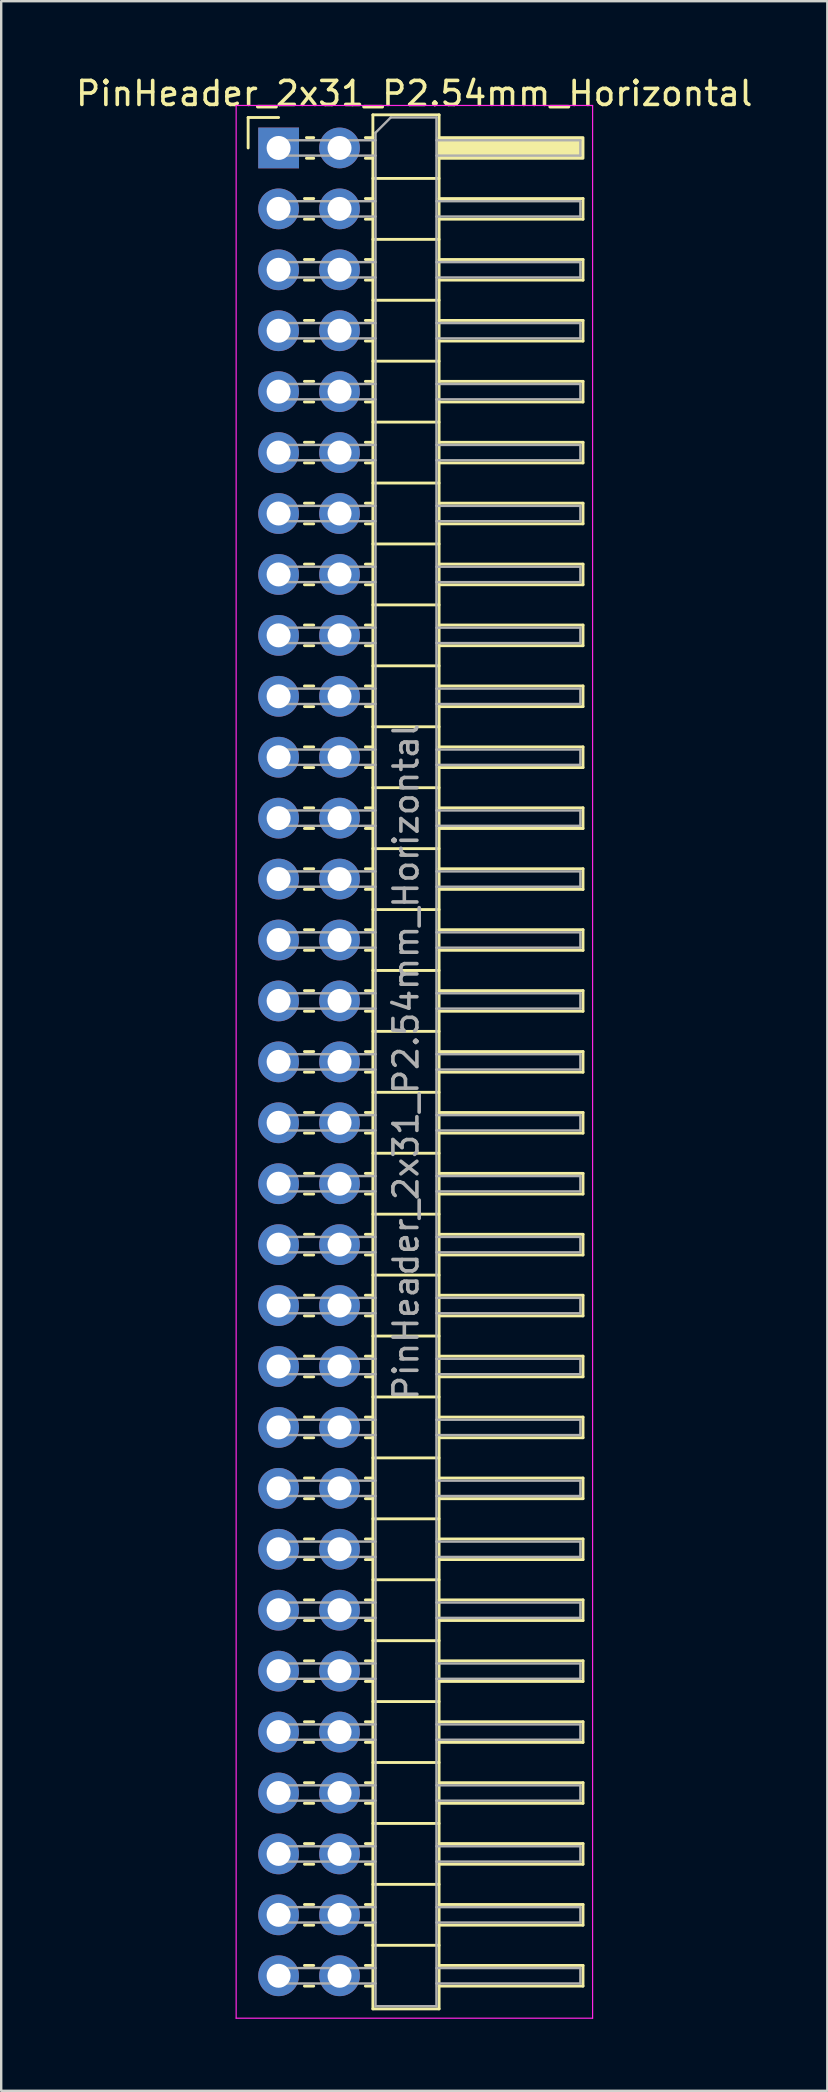
<source format=kicad_pcb>
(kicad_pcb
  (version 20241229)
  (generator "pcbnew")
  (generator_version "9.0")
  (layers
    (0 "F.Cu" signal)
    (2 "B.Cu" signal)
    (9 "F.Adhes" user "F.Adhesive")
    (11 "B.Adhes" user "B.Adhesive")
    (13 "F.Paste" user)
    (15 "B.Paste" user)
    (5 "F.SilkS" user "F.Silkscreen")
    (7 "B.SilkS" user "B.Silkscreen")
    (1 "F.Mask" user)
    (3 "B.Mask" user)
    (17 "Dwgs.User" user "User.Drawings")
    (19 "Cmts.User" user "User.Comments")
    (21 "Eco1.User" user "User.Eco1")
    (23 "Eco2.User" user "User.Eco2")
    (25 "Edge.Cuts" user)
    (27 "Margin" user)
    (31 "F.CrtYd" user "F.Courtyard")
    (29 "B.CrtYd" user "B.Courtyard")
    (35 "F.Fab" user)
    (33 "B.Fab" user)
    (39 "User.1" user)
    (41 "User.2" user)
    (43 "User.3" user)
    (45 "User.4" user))
  (footprint "PinHeader_2x31_P2.54mm_Horizontal"
    (layer "F.Cu")
    (at 8.565 3.118)
    (property "Reference" "PinHeader_2x31_P2.54mm_Horizontal" (at 5.655 -2.27 0) (layer "F.SilkS") (effects (font (size 1 1) (thickness 0.15))))
    (attr through_hole)
    (fp_line (start -1.27 -1.27) (end 0 -1.27) (stroke (width 0.12) (type solid)) (layer "F.SilkS"))
    (fp_line (start -1.27 0) (end -1.27 -1.27) (stroke (width 0.12) (type solid)) (layer "F.SilkS"))
    (fp_line (start 1.077 2.11) (end 1.463 2.11) (stroke (width 0.12) (type solid)) (layer "F.SilkS"))
    (fp_line (start 1.077 2.97) (end 1.463 2.97) (stroke (width 0.12) (type solid)) (layer "F.SilkS"))
    (fp_line (start 1.077 4.65) (end 1.463 4.65) (stroke (width 0.12) (type solid)) (layer "F.SilkS"))
    (fp_line (start 1.077 5.51) (end 1.463 5.51) (stroke (width 0.12) (type solid)) (layer "F.SilkS"))
    (fp_line (start 1.077 7.19) (end 1.463 7.19) (stroke (width 0.12) (type solid)) (layer "F.SilkS"))
    (fp_line (start 1.077 8.05) (end 1.463 8.05) (stroke (width 0.12) (type solid)) (layer "F.SilkS"))
    (fp_line (start 1.077 9.73) (end 1.463 9.73) (stroke (width 0.12) (type solid)) (layer "F.SilkS"))
    (fp_line (start 1.077 10.59) (end 1.463 10.59) (stroke (width 0.12) (type solid)) (layer "F.SilkS"))
    (fp_line (start 1.077 12.27) (end 1.463 12.27) (stroke (width 0.12) (type solid)) (layer "F.SilkS"))
    (fp_line (start 1.077 13.13) (end 1.463 13.13) (stroke (width 0.12) (type solid)) (layer "F.SilkS"))
    (fp_line (start 1.077 14.81) (end 1.463 14.81) (stroke (width 0.12) (type solid)) (layer "F.SilkS"))
    (fp_line (start 1.077 15.67) (end 1.463 15.67) (stroke (width 0.12) (type solid)) (layer "F.SilkS"))
    (fp_line (start 1.077 17.35) (end 1.463 17.35) (stroke (width 0.12) (type solid)) (layer "F.SilkS"))
    (fp_line (start 1.077 18.21) (end 1.463 18.21) (stroke (width 0.12) (type solid)) (layer "F.SilkS"))
    (fp_line (start 1.077 19.89) (end 1.463 19.89) (stroke (width 0.12) (type solid)) (layer "F.SilkS"))
    (fp_line (start 1.077 20.75) (end 1.463 20.75) (stroke (width 0.12) (type solid)) (layer "F.SilkS"))
    (fp_line (start 1.077 22.43) (end 1.463 22.43) (stroke (width 0.12) (type solid)) (layer "F.SilkS"))
    (fp_line (start 1.077 23.29) (end 1.463 23.29) (stroke (width 0.12) (type solid)) (layer "F.SilkS"))
    (fp_line (start 1.077 24.97) (end 1.463 24.97) (stroke (width 0.12) (type solid)) (layer "F.SilkS"))
    (fp_line (start 1.077 25.83) (end 1.463 25.83) (stroke (width 0.12) (type solid)) (layer "F.SilkS"))
    (fp_line (start 1.077 27.51) (end 1.463 27.51) (stroke (width 0.12) (type solid)) (layer "F.SilkS"))
    (fp_line (start 1.077 28.37) (end 1.463 28.37) (stroke (width 0.12) (type solid)) (layer "F.SilkS"))
    (fp_line (start 1.077 30.05) (end 1.463 30.05) (stroke (width 0.12) (type solid)) (layer "F.SilkS"))
    (fp_line (start 1.077 30.91) (end 1.463 30.91) (stroke (width 0.12) (type solid)) (layer "F.SilkS"))
    (fp_line (start 1.077 32.59) (end 1.463 32.59) (stroke (width 0.12) (type solid)) (layer "F.SilkS"))
    (fp_line (start 1.077 33.45) (end 1.463 33.45) (stroke (width 0.12) (type solid)) (layer "F.SilkS"))
    (fp_line (start 1.077 35.13) (end 1.463 35.13) (stroke (width 0.12) (type solid)) (layer "F.SilkS"))
    (fp_line (start 1.077 35.99) (end 1.463 35.99) (stroke (width 0.12) (type solid)) (layer "F.SilkS"))
    (fp_line (start 1.077 37.67) (end 1.463 37.67) (stroke (width 0.12) (type solid)) (layer "F.SilkS"))
    (fp_line (start 1.077 38.53) (end 1.463 38.53) (stroke (width 0.12) (type solid)) (layer "F.SilkS"))
    (fp_line (start 1.077 40.21) (end 1.463 40.21) (stroke (width 0.12) (type solid)) (layer "F.SilkS"))
    (fp_line (start 1.077 41.07) (end 1.463 41.07) (stroke (width 0.12) (type solid)) (layer "F.SilkS"))
    (fp_line (start 1.077 42.75) (end 1.463 42.75) (stroke (width 0.12) (type solid)) (layer "F.SilkS"))
    (fp_line (start 1.077 43.61) (end 1.463 43.61) (stroke (width 0.12) (type solid)) (layer "F.SilkS"))
    (fp_line (start 1.077 45.29) (end 1.463 45.29) (stroke (width 0.12) (type solid)) (layer "F.SilkS"))
    (fp_line (start 1.077 46.15) (end 1.463 46.15) (stroke (width 0.12) (type solid)) (layer "F.SilkS"))
    (fp_line (start 1.077 47.83) (end 1.463 47.83) (stroke (width 0.12) (type solid)) (layer "F.SilkS"))
    (fp_line (start 1.077 48.69) (end 1.463 48.69) (stroke (width 0.12) (type solid)) (layer "F.SilkS"))
    (fp_line (start 1.077 50.37) (end 1.463 50.37) (stroke (width 0.12) (type solid)) (layer "F.SilkS"))
    (fp_line (start 1.077 51.23) (end 1.463 51.23) (stroke (width 0.12) (type solid)) (layer "F.SilkS"))
    (fp_line (start 1.077 52.91) (end 1.463 52.91) (stroke (width 0.12) (type solid)) (layer "F.SilkS"))
    (fp_line (start 1.077 53.77) (end 1.463 53.77) (stroke (width 0.12) (type solid)) (layer "F.SilkS"))
    (fp_line (start 1.077 55.45) (end 1.463 55.45) (stroke (width 0.12) (type solid)) (layer "F.SilkS"))
    (fp_line (start 1.077 56.31) (end 1.463 56.31) (stroke (width 0.12) (type solid)) (layer "F.SilkS"))
    (fp_line (start 1.077 57.99) (end 1.463 57.99) (stroke (width 0.12) (type solid)) (layer "F.SilkS"))
    (fp_line (start 1.077 58.85) (end 1.463 58.85) (stroke (width 0.12) (type solid)) (layer "F.SilkS"))
    (fp_line (start 1.077 60.53) (end 1.463 60.53) (stroke (width 0.12) (type solid)) (layer "F.SilkS"))
    (fp_line (start 1.077 61.39) (end 1.463 61.39) (stroke (width 0.12) (type solid)) (layer "F.SilkS"))
    (fp_line (start 1.077 63.07) (end 1.463 63.07) (stroke (width 0.12) (type solid)) (layer "F.SilkS"))
    (fp_line (start 1.077 63.93) (end 1.463 63.93) (stroke (width 0.12) (type solid)) (layer "F.SilkS"))
    (fp_line (start 1.077 65.61) (end 1.463 65.61) (stroke (width 0.12) (type solid)) (layer "F.SilkS"))
    (fp_line (start 1.077 66.47) (end 1.463 66.47) (stroke (width 0.12) (type solid)) (layer "F.SilkS"))
    (fp_line (start 1.077 68.15) (end 1.463 68.15) (stroke (width 0.12) (type solid)) (layer "F.SilkS"))
    (fp_line (start 1.077 69.01) (end 1.463 69.01) (stroke (width 0.12) (type solid)) (layer "F.SilkS"))
    (fp_line (start 1.077 70.69) (end 1.463 70.69) (stroke (width 0.12) (type solid)) (layer "F.SilkS"))
    (fp_line (start 1.077 71.55) (end 1.463 71.55) (stroke (width 0.12) (type solid)) (layer "F.SilkS"))
    (fp_line (start 1.077 73.23) (end 1.463 73.23) (stroke (width 0.12) (type solid)) (layer "F.SilkS"))
    (fp_line (start 1.077 74.09) (end 1.463 74.09) (stroke (width 0.12) (type solid)) (layer "F.SilkS"))
    (fp_line (start 1.077 75.77) (end 1.463 75.77) (stroke (width 0.12) (type solid)) (layer "F.SilkS"))
    (fp_line (start 1.077 76.63) (end 1.463 76.63) (stroke (width 0.12) (type solid)) (layer "F.SilkS"))
    (fp_line (start 1.16 -0.43) (end 1.463 -0.43) (stroke (width 0.12) (type solid)) (layer "F.SilkS"))
    (fp_line (start 1.16 0.43) (end 1.463 0.43) (stroke (width 0.12) (type solid)) (layer "F.SilkS"))
    (fp_line (start 3.617 -0.43) (end 3.93 -0.43) (stroke (width 0.12) (type solid)) (layer "F.SilkS"))
    (fp_line (start 3.617 0.43) (end 3.93 0.43) (stroke (width 0.12) (type solid)) (layer "F.SilkS"))
    (fp_line (start 3.617 2.11) (end 3.93 2.11) (stroke (width 0.12) (type solid)) (layer "F.SilkS"))
    (fp_line (start 3.617 2.97) (end 3.93 2.97) (stroke (width 0.12) (type solid)) (layer "F.SilkS"))
    (fp_line (start 3.617 4.65) (end 3.93 4.65) (stroke (width 0.12) (type solid)) (layer "F.SilkS"))
    (fp_line (start 3.617 5.51) (end 3.93 5.51) (stroke (width 0.12) (type solid)) (layer "F.SilkS"))
    (fp_line (start 3.617 7.19) (end 3.93 7.19) (stroke (width 0.12) (type solid)) (layer "F.SilkS"))
    (fp_line (start 3.617 8.05) (end 3.93 8.05) (stroke (width 0.12) (type solid)) (layer "F.SilkS"))
    (fp_line (start 3.617 9.73) (end 3.93 9.73) (stroke (width 0.12) (type solid)) (layer "F.SilkS"))
    (fp_line (start 3.617 10.59) (end 3.93 10.59) (stroke (width 0.12) (type solid)) (layer "F.SilkS"))
    (fp_line (start 3.617 12.27) (end 3.93 12.27) (stroke (width 0.12) (type solid)) (layer "F.SilkS"))
    (fp_line (start 3.617 13.13) (end 3.93 13.13) (stroke (width 0.12) (type solid)) (layer "F.SilkS"))
    (fp_line (start 3.617 14.81) (end 3.93 14.81) (stroke (width 0.12) (type solid)) (layer "F.SilkS"))
    (fp_line (start 3.617 15.67) (end 3.93 15.67) (stroke (width 0.12) (type solid)) (layer "F.SilkS"))
    (fp_line (start 3.617 17.35) (end 3.93 17.35) (stroke (width 0.12) (type solid)) (layer "F.SilkS"))
    (fp_line (start 3.617 18.21) (end 3.93 18.21) (stroke (width 0.12) (type solid)) (layer "F.SilkS"))
    (fp_line (start 3.617 19.89) (end 3.93 19.89) (stroke (width 0.12) (type solid)) (layer "F.SilkS"))
    (fp_line (start 3.617 20.75) (end 3.93 20.75) (stroke (width 0.12) (type solid)) (layer "F.SilkS"))
    (fp_line (start 3.617 22.43) (end 3.93 22.43) (stroke (width 0.12) (type solid)) (layer "F.SilkS"))
    (fp_line (start 3.617 23.29) (end 3.93 23.29) (stroke (width 0.12) (type solid)) (layer "F.SilkS"))
    (fp_line (start 3.617 24.97) (end 3.93 24.97) (stroke (width 0.12) (type solid)) (layer "F.SilkS"))
    (fp_line (start 3.617 25.83) (end 3.93 25.83) (stroke (width 0.12) (type solid)) (layer "F.SilkS"))
    (fp_line (start 3.617 27.51) (end 3.93 27.51) (stroke (width 0.12) (type solid)) (layer "F.SilkS"))
    (fp_line (start 3.617 28.37) (end 3.93 28.37) (stroke (width 0.12) (type solid)) (layer "F.SilkS"))
    (fp_line (start 3.617 30.05) (end 3.93 30.05) (stroke (width 0.12) (type solid)) (layer "F.SilkS"))
    (fp_line (start 3.617 30.91) (end 3.93 30.91) (stroke (width 0.12) (type solid)) (layer "F.SilkS"))
    (fp_line (start 3.617 32.59) (end 3.93 32.59) (stroke (width 0.12) (type solid)) (layer "F.SilkS"))
    (fp_line (start 3.617 33.45) (end 3.93 33.45) (stroke (width 0.12) (type solid)) (layer "F.SilkS"))
    (fp_line (start 3.617 35.13) (end 3.93 35.13) (stroke (width 0.12) (type solid)) (layer "F.SilkS"))
    (fp_line (start 3.617 35.99) (end 3.93 35.99) (stroke (width 0.12) (type solid)) (layer "F.SilkS"))
    (fp_line (start 3.617 37.67) (end 3.93 37.67) (stroke (width 0.12) (type solid)) (layer "F.SilkS"))
    (fp_line (start 3.617 38.53) (end 3.93 38.53) (stroke (width 0.12) (type solid)) (layer "F.SilkS"))
    (fp_line (start 3.617 40.21) (end 3.93 40.21) (stroke (width 0.12) (type solid)) (layer "F.SilkS"))
    (fp_line (start 3.617 41.07) (end 3.93 41.07) (stroke (width 0.12) (type solid)) (layer "F.SilkS"))
    (fp_line (start 3.617 42.75) (end 3.93 42.75) (stroke (width 0.12) (type solid)) (layer "F.SilkS"))
    (fp_line (start 3.617 43.61) (end 3.93 43.61) (stroke (width 0.12) (type solid)) (layer "F.SilkS"))
    (fp_line (start 3.617 45.29) (end 3.93 45.29) (stroke (width 0.12) (type solid)) (layer "F.SilkS"))
    (fp_line (start 3.617 46.15) (end 3.93 46.15) (stroke (width 0.12) (type solid)) (layer "F.SilkS"))
    (fp_line (start 3.617 47.83) (end 3.93 47.83) (stroke (width 0.12) (type solid)) (layer "F.SilkS"))
    (fp_line (start 3.617 48.69) (end 3.93 48.69) (stroke (width 0.12) (type solid)) (layer "F.SilkS"))
    (fp_line (start 3.617 50.37) (end 3.93 50.37) (stroke (width 0.12) (type solid)) (layer "F.SilkS"))
    (fp_line (start 3.617 51.23) (end 3.93 51.23) (stroke (width 0.12) (type solid)) (layer "F.SilkS"))
    (fp_line (start 3.617 52.91) (end 3.93 52.91) (stroke (width 0.12) (type solid)) (layer "F.SilkS"))
    (fp_line (start 3.617 53.77) (end 3.93 53.77) (stroke (width 0.12) (type solid)) (layer "F.SilkS"))
    (fp_line (start 3.617 55.45) (end 3.93 55.45) (stroke (width 0.12) (type solid)) (layer "F.SilkS"))
    (fp_line (start 3.617 56.31) (end 3.93 56.31) (stroke (width 0.12) (type solid)) (layer "F.SilkS"))
    (fp_line (start 3.617 57.99) (end 3.93 57.99) (stroke (width 0.12) (type solid)) (layer "F.SilkS"))
    (fp_line (start 3.617 58.85) (end 3.93 58.85) (stroke (width 0.12) (type solid)) (layer "F.SilkS"))
    (fp_line (start 3.617 60.53) (end 3.93 60.53) (stroke (width 0.12) (type solid)) (layer "F.SilkS"))
    (fp_line (start 3.617 61.39) (end 3.93 61.39) (stroke (width 0.12) (type solid)) (layer "F.SilkS"))
    (fp_line (start 3.617 63.07) (end 3.93 63.07) (stroke (width 0.12) (type solid)) (layer "F.SilkS"))
    (fp_line (start 3.617 63.93) (end 3.93 63.93) (stroke (width 0.12) (type solid)) (layer "F.SilkS"))
    (fp_line (start 3.617 65.61) (end 3.93 65.61) (stroke (width 0.12) (type solid)) (layer "F.SilkS"))
    (fp_line (start 3.617 66.47) (end 3.93 66.47) (stroke (width 0.12) (type solid)) (layer "F.SilkS"))
    (fp_line (start 3.617 68.15) (end 3.93 68.15) (stroke (width 0.12) (type solid)) (layer "F.SilkS"))
    (fp_line (start 3.617 69.01) (end 3.93 69.01) (stroke (width 0.12) (type solid)) (layer "F.SilkS"))
    (fp_line (start 3.617 70.69) (end 3.93 70.69) (stroke (width 0.12) (type solid)) (layer "F.SilkS"))
    (fp_line (start 3.617 71.55) (end 3.93 71.55) (stroke (width 0.12) (type solid)) (layer "F.SilkS"))
    (fp_line (start 3.617 73.23) (end 3.93 73.23) (stroke (width 0.12) (type solid)) (layer "F.SilkS"))
    (fp_line (start 3.617 74.09) (end 3.93 74.09) (stroke (width 0.12) (type solid)) (layer "F.SilkS"))
    (fp_line (start 3.617 75.77) (end 3.93 75.77) (stroke (width 0.12) (type solid)) (layer "F.SilkS"))
    (fp_line (start 3.617 76.63) (end 3.93 76.63) (stroke (width 0.12) (type solid)) (layer "F.SilkS"))
    (fp_line (start 3.93 -1.38) (end 3.93 77.58) (stroke (width 0.12) (type solid)) (layer "F.SilkS"))
    (fp_line (start 3.93 1.27) (end 6.69 1.27) (stroke (width 0.12) (type solid)) (layer "F.SilkS"))
    (fp_line (start 3.93 3.81) (end 6.69 3.81) (stroke (width 0.12) (type solid)) (layer "F.SilkS"))
    (fp_line (start 3.93 6.35) (end 6.69 6.35) (stroke (width 0.12) (type solid)) (layer "F.SilkS"))
    (fp_line (start 3.93 8.89) (end 6.69 8.89) (stroke (width 0.12) (type solid)) (layer "F.SilkS"))
    (fp_line (start 3.93 11.43) (end 6.69 11.43) (stroke (width 0.12) (type solid)) (layer "F.SilkS"))
    (fp_line (start 3.93 13.97) (end 6.69 13.97) (stroke (width 0.12) (type solid)) (layer "F.SilkS"))
    (fp_line (start 3.93 16.51) (end 6.69 16.51) (stroke (width 0.12) (type solid)) (layer "F.SilkS"))
    (fp_line (start 3.93 19.05) (end 6.69 19.05) (stroke (width 0.12) (type solid)) (layer "F.SilkS"))
    (fp_line (start 3.93 21.59) (end 6.69 21.59) (stroke (width 0.12) (type solid)) (layer "F.SilkS"))
    (fp_line (start 3.93 24.13) (end 6.69 24.13) (stroke (width 0.12) (type solid)) (layer "F.SilkS"))
    (fp_line (start 3.93 26.67) (end 6.69 26.67) (stroke (width 0.12) (type solid)) (layer "F.SilkS"))
    (fp_line (start 3.93 29.21) (end 6.69 29.21) (stroke (width 0.12) (type solid)) (layer "F.SilkS"))
    (fp_line (start 3.93 31.75) (end 6.69 31.75) (stroke (width 0.12) (type solid)) (layer "F.SilkS"))
    (fp_line (start 3.93 34.29) (end 6.69 34.29) (stroke (width 0.12) (type solid)) (layer "F.SilkS"))
    (fp_line (start 3.93 36.83) (end 6.69 36.83) (stroke (width 0.12) (type solid)) (layer "F.SilkS"))
    (fp_line (start 3.93 39.37) (end 6.69 39.37) (stroke (width 0.12) (type solid)) (layer "F.SilkS"))
    (fp_line (start 3.93 41.91) (end 6.69 41.91) (stroke (width 0.12) (type solid)) (layer "F.SilkS"))
    (fp_line (start 3.93 44.45) (end 6.69 44.45) (stroke (width 0.12) (type solid)) (layer "F.SilkS"))
    (fp_line (start 3.93 46.99) (end 6.69 46.99) (stroke (width 0.12) (type solid)) (layer "F.SilkS"))
    (fp_line (start 3.93 49.53) (end 6.69 49.53) (stroke (width 0.12) (type solid)) (layer "F.SilkS"))
    (fp_line (start 3.93 52.07) (end 6.69 52.07) (stroke (width 0.12) (type solid)) (layer "F.SilkS"))
    (fp_line (start 3.93 54.61) (end 6.69 54.61) (stroke (width 0.12) (type solid)) (layer "F.SilkS"))
    (fp_line (start 3.93 57.15) (end 6.69 57.15) (stroke (width 0.12) (type solid)) (layer "F.SilkS"))
    (fp_line (start 3.93 59.69) (end 6.69 59.69) (stroke (width 0.12) (type solid)) (layer "F.SilkS"))
    (fp_line (start 3.93 62.23) (end 6.69 62.23) (stroke (width 0.12) (type solid)) (layer "F.SilkS"))
    (fp_line (start 3.93 64.77) (end 6.69 64.77) (stroke (width 0.12) (type solid)) (layer "F.SilkS"))
    (fp_line (start 3.93 67.31) (end 6.69 67.31) (stroke (width 0.12) (type solid)) (layer "F.SilkS"))
    (fp_line (start 3.93 69.85) (end 6.69 69.85) (stroke (width 0.12) (type solid)) (layer "F.SilkS"))
    (fp_line (start 3.93 72.39) (end 6.69 72.39) (stroke (width 0.12) (type solid)) (layer "F.SilkS"))
    (fp_line (start 3.93 74.93) (end 6.69 74.93) (stroke (width 0.12) (type solid)) (layer "F.SilkS"))
    (fp_line (start 3.93 77.58) (end 6.69 77.58) (stroke (width 0.12) (type solid)) (layer "F.SilkS"))
    (fp_line (start 6.69 -1.38) (end 3.93 -1.38) (stroke (width 0.12) (type solid)) (layer "F.SilkS"))
    (fp_line (start 6.69 2.11) (end 12.69 2.11) (stroke (width 0.12) (type solid)) (layer "F.SilkS"))
    (fp_line (start 6.69 4.65) (end 12.69 4.65) (stroke (width 0.12) (type solid)) (layer "F.SilkS"))
    (fp_line (start 6.69 7.19) (end 12.69 7.19) (stroke (width 0.12) (type solid)) (layer "F.SilkS"))
    (fp_line (start 6.69 9.73) (end 12.69 9.73) (stroke (width 0.12) (type solid)) (layer "F.SilkS"))
    (fp_line (start 6.69 12.27) (end 12.69 12.27) (stroke (width 0.12) (type solid)) (layer "F.SilkS"))
    (fp_line (start 6.69 14.81) (end 12.69 14.81) (stroke (width 0.12) (type solid)) (layer "F.SilkS"))
    (fp_line (start 6.69 17.35) (end 12.69 17.35) (stroke (width 0.12) (type solid)) (layer "F.SilkS"))
    (fp_line (start 6.69 19.89) (end 12.69 19.89) (stroke (width 0.12) (type solid)) (layer "F.SilkS"))
    (fp_line (start 6.69 22.43) (end 12.69 22.43) (stroke (width 0.12) (type solid)) (layer "F.SilkS"))
    (fp_line (start 6.69 24.97) (end 12.69 24.97) (stroke (width 0.12) (type solid)) (layer "F.SilkS"))
    (fp_line (start 6.69 27.51) (end 12.69 27.51) (stroke (width 0.12) (type solid)) (layer "F.SilkS"))
    (fp_line (start 6.69 30.05) (end 12.69 30.05) (stroke (width 0.12) (type solid)) (layer "F.SilkS"))
    (fp_line (start 6.69 32.59) (end 12.69 32.59) (stroke (width 0.12) (type solid)) (layer "F.SilkS"))
    (fp_line (start 6.69 35.13) (end 12.69 35.13) (stroke (width 0.12) (type solid)) (layer "F.SilkS"))
    (fp_line (start 6.69 37.67) (end 12.69 37.67) (stroke (width 0.12) (type solid)) (layer "F.SilkS"))
    (fp_line (start 6.69 40.21) (end 12.69 40.21) (stroke (width 0.12) (type solid)) (layer "F.SilkS"))
    (fp_line (start 6.69 42.75) (end 12.69 42.75) (stroke (width 0.12) (type solid)) (layer "F.SilkS"))
    (fp_line (start 6.69 45.29) (end 12.69 45.29) (stroke (width 0.12) (type solid)) (layer "F.SilkS"))
    (fp_line (start 6.69 47.83) (end 12.69 47.83) (stroke (width 0.12) (type solid)) (layer "F.SilkS"))
    (fp_line (start 6.69 50.37) (end 12.69 50.37) (stroke (width 0.12) (type solid)) (layer "F.SilkS"))
    (fp_line (start 6.69 52.91) (end 12.69 52.91) (stroke (width 0.12) (type solid)) (layer "F.SilkS"))
    (fp_line (start 6.69 55.45) (end 12.69 55.45) (stroke (width 0.12) (type solid)) (layer "F.SilkS"))
    (fp_line (start 6.69 57.99) (end 12.69 57.99) (stroke (width 0.12) (type solid)) (layer "F.SilkS"))
    (fp_line (start 6.69 60.53) (end 12.69 60.53) (stroke (width 0.12) (type solid)) (layer "F.SilkS"))
    (fp_line (start 6.69 63.07) (end 12.69 63.07) (stroke (width 0.12) (type solid)) (layer "F.SilkS"))
    (fp_line (start 6.69 65.61) (end 12.69 65.61) (stroke (width 0.12) (type solid)) (layer "F.SilkS"))
    (fp_line (start 6.69 68.15) (end 12.69 68.15) (stroke (width 0.12) (type solid)) (layer "F.SilkS"))
    (fp_line (start 6.69 70.69) (end 12.69 70.69) (stroke (width 0.12) (type solid)) (layer "F.SilkS"))
    (fp_line (start 6.69 73.23) (end 12.69 73.23) (stroke (width 0.12) (type solid)) (layer "F.SilkS"))
    (fp_line (start 6.69 75.77) (end 12.69 75.77) (stroke (width 0.12) (type solid)) (layer "F.SilkS"))
    (fp_line (start 6.69 77.58) (end 6.69 -1.38) (stroke (width 0.12) (type solid)) (layer "F.SilkS"))
    (fp_line (start 12.69 2.11) (end 12.69 2.97) (stroke (width 0.12) (type solid)) (layer "F.SilkS"))
    (fp_line (start 12.69 2.97) (end 6.69 2.97) (stroke (width 0.12) (type solid)) (layer "F.SilkS"))
    (fp_line (start 12.69 4.65) (end 12.69 5.51) (stroke (width 0.12) (type solid)) (layer "F.SilkS"))
    (fp_line (start 12.69 5.51) (end 6.69 5.51) (stroke (width 0.12) (type solid)) (layer "F.SilkS"))
    (fp_line (start 12.69 7.19) (end 12.69 8.05) (stroke (width 0.12) (type solid)) (layer "F.SilkS"))
    (fp_line (start 12.69 8.05) (end 6.69 8.05) (stroke (width 0.12) (type solid)) (layer "F.SilkS"))
    (fp_line (start 12.69 9.73) (end 12.69 10.59) (stroke (width 0.12) (type solid)) (layer "F.SilkS"))
    (fp_line (start 12.69 10.59) (end 6.69 10.59) (stroke (width 0.12) (type solid)) (layer "F.SilkS"))
    (fp_line (start 12.69 12.27) (end 12.69 13.13) (stroke (width 0.12) (type solid)) (layer "F.SilkS"))
    (fp_line (start 12.69 13.13) (end 6.69 13.13) (stroke (width 0.12) (type solid)) (layer "F.SilkS"))
    (fp_line (start 12.69 14.81) (end 12.69 15.67) (stroke (width 0.12) (type solid)) (layer "F.SilkS"))
    (fp_line (start 12.69 15.67) (end 6.69 15.67) (stroke (width 0.12) (type solid)) (layer "F.SilkS"))
    (fp_line (start 12.69 17.35) (end 12.69 18.21) (stroke (width 0.12) (type solid)) (layer "F.SilkS"))
    (fp_line (start 12.69 18.21) (end 6.69 18.21) (stroke (width 0.12) (type solid)) (layer "F.SilkS"))
    (fp_line (start 12.69 19.89) (end 12.69 20.75) (stroke (width 0.12) (type solid)) (layer "F.SilkS"))
    (fp_line (start 12.69 20.75) (end 6.69 20.75) (stroke (width 0.12) (type solid)) (layer "F.SilkS"))
    (fp_line (start 12.69 22.43) (end 12.69 23.29) (stroke (width 0.12) (type solid)) (layer "F.SilkS"))
    (fp_line (start 12.69 23.29) (end 6.69 23.29) (stroke (width 0.12) (type solid)) (layer "F.SilkS"))
    (fp_line (start 12.69 24.97) (end 12.69 25.83) (stroke (width 0.12) (type solid)) (layer "F.SilkS"))
    (fp_line (start 12.69 25.83) (end 6.69 25.83) (stroke (width 0.12) (type solid)) (layer "F.SilkS"))
    (fp_line (start 12.69 27.51) (end 12.69 28.37) (stroke (width 0.12) (type solid)) (layer "F.SilkS"))
    (fp_line (start 12.69 28.37) (end 6.69 28.37) (stroke (width 0.12) (type solid)) (layer "F.SilkS"))
    (fp_line (start 12.69 30.05) (end 12.69 30.91) (stroke (width 0.12) (type solid)) (layer "F.SilkS"))
    (fp_line (start 12.69 30.91) (end 6.69 30.91) (stroke (width 0.12) (type solid)) (layer "F.SilkS"))
    (fp_line (start 12.69 32.59) (end 12.69 33.45) (stroke (width 0.12) (type solid)) (layer "F.SilkS"))
    (fp_line (start 12.69 33.45) (end 6.69 33.45) (stroke (width 0.12) (type solid)) (layer "F.SilkS"))
    (fp_line (start 12.69 35.13) (end 12.69 35.99) (stroke (width 0.12) (type solid)) (layer "F.SilkS"))
    (fp_line (start 12.69 35.99) (end 6.69 35.99) (stroke (width 0.12) (type solid)) (layer "F.SilkS"))
    (fp_line (start 12.69 37.67) (end 12.69 38.53) (stroke (width 0.12) (type solid)) (layer "F.SilkS"))
    (fp_line (start 12.69 38.53) (end 6.69 38.53) (stroke (width 0.12) (type solid)) (layer "F.SilkS"))
    (fp_line (start 12.69 40.21) (end 12.69 41.07) (stroke (width 0.12) (type solid)) (layer "F.SilkS"))
    (fp_line (start 12.69 41.07) (end 6.69 41.07) (stroke (width 0.12) (type solid)) (layer "F.SilkS"))
    (fp_line (start 12.69 42.75) (end 12.69 43.61) (stroke (width 0.12) (type solid)) (layer "F.SilkS"))
    (fp_line (start 12.69 43.61) (end 6.69 43.61) (stroke (width 0.12) (type solid)) (layer "F.SilkS"))
    (fp_line (start 12.69 45.29) (end 12.69 46.15) (stroke (width 0.12) (type solid)) (layer "F.SilkS"))
    (fp_line (start 12.69 46.15) (end 6.69 46.15) (stroke (width 0.12) (type solid)) (layer "F.SilkS"))
    (fp_line (start 12.69 47.83) (end 12.69 48.69) (stroke (width 0.12) (type solid)) (layer "F.SilkS"))
    (fp_line (start 12.69 48.69) (end 6.69 48.69) (stroke (width 0.12) (type solid)) (layer "F.SilkS"))
    (fp_line (start 12.69 50.37) (end 12.69 51.23) (stroke (width 0.12) (type solid)) (layer "F.SilkS"))
    (fp_line (start 12.69 51.23) (end 6.69 51.23) (stroke (width 0.12) (type solid)) (layer "F.SilkS"))
    (fp_line (start 12.69 52.91) (end 12.69 53.77) (stroke (width 0.12) (type solid)) (layer "F.SilkS"))
    (fp_line (start 12.69 53.77) (end 6.69 53.77) (stroke (width 0.12) (type solid)) (layer "F.SilkS"))
    (fp_line (start 12.69 55.45) (end 12.69 56.31) (stroke (width 0.12) (type solid)) (layer "F.SilkS"))
    (fp_line (start 12.69 56.31) (end 6.69 56.31) (stroke (width 0.12) (type solid)) (layer "F.SilkS"))
    (fp_line (start 12.69 57.99) (end 12.69 58.85) (stroke (width 0.12) (type solid)) (layer "F.SilkS"))
    (fp_line (start 12.69 58.85) (end 6.69 58.85) (stroke (width 0.12) (type solid)) (layer "F.SilkS"))
    (fp_line (start 12.69 60.53) (end 12.69 61.39) (stroke (width 0.12) (type solid)) (layer "F.SilkS"))
    (fp_line (start 12.69 61.39) (end 6.69 61.39) (stroke (width 0.12) (type solid)) (layer "F.SilkS"))
    (fp_line (start 12.69 63.07) (end 12.69 63.93) (stroke (width 0.12) (type solid)) (layer "F.SilkS"))
    (fp_line (start 12.69 63.93) (end 6.69 63.93) (stroke (width 0.12) (type solid)) (layer "F.SilkS"))
    (fp_line (start 12.69 65.61) (end 12.69 66.47) (stroke (width 0.12) (type solid)) (layer "F.SilkS"))
    (fp_line (start 12.69 66.47) (end 6.69 66.47) (stroke (width 0.12) (type solid)) (layer "F.SilkS"))
    (fp_line (start 12.69 68.15) (end 12.69 69.01) (stroke (width 0.12) (type solid)) (layer "F.SilkS"))
    (fp_line (start 12.69 69.01) (end 6.69 69.01) (stroke (width 0.12) (type solid)) (layer "F.SilkS"))
    (fp_line (start 12.69 70.69) (end 12.69 71.55) (stroke (width 0.12) (type solid)) (layer "F.SilkS"))
    (fp_line (start 12.69 71.55) (end 6.69 71.55) (stroke (width 0.12) (type solid)) (layer "F.SilkS"))
    (fp_line (start 12.69 73.23) (end 12.69 74.09) (stroke (width 0.12) (type solid)) (layer "F.SilkS"))
    (fp_line (start 12.69 74.09) (end 6.69 74.09) (stroke (width 0.12) (type solid)) (layer "F.SilkS"))
    (fp_line (start 12.69 75.77) (end 12.69 76.63) (stroke (width 0.12) (type solid)) (layer "F.SilkS"))
    (fp_line (start 12.69 76.63) (end 6.69 76.63) (stroke (width 0.12) (type solid)) (layer "F.SilkS"))
    (fp_rect (start 6.69 -0.43) (end 12.69 0.43) (stroke (width 0.12) (type solid)) (fill yes) (layer "F.SilkS"))
    (fp_line (start -1.77 -1.77) (end -1.77 77.97) (stroke (width 0.05) (type solid)) (layer "F.CrtYd"))
    (fp_line (start -1.77 77.97) (end 13.09 77.97) (stroke (width 0.05) (type solid)) (layer "F.CrtYd"))
    (fp_line (start 13.09 -1.77) (end -1.77 -1.77) (stroke (width 0.05) (type solid)) (layer "F.CrtYd"))
    (fp_line (start 13.09 77.97) (end 13.09 -1.77) (stroke (width 0.05) (type solid)) (layer "F.CrtYd"))
    (fp_line (start -0.32 -0.32) (end -0.32 0.32) (stroke (width 0.1) (type solid)) (layer "F.Fab"))
    (fp_line (start -0.32 -0.32) (end 4.04 -0.32) (stroke (width 0.1) (type solid)) (layer "F.Fab"))
    (fp_line (start -0.32 0.32) (end 4.04 0.32) (stroke (width 0.1) (type solid)) (layer "F.Fab"))
    (fp_line (start -0.32 2.22) (end -0.32 2.86) (stroke (width 0.1) (type solid)) (layer "F.Fab"))
    (fp_line (start -0.32 2.22) (end 4.04 2.22) (stroke (width 0.1) (type solid)) (layer "F.Fab"))
    (fp_line (start -0.32 2.86) (end 4.04 2.86) (stroke (width 0.1) (type solid)) (layer "F.Fab"))
    (fp_line (start -0.32 4.76) (end -0.32 5.4) (stroke (width 0.1) (type solid)) (layer "F.Fab"))
    (fp_line (start -0.32 4.76) (end 4.04 4.76) (stroke (width 0.1) (type solid)) (layer "F.Fab"))
    (fp_line (start -0.32 5.4) (end 4.04 5.4) (stroke (width 0.1) (type solid)) (layer "F.Fab"))
    (fp_line (start -0.32 7.3) (end -0.32 7.94) (stroke (width 0.1) (type solid)) (layer "F.Fab"))
    (fp_line (start -0.32 7.3) (end 4.04 7.3) (stroke (width 0.1) (type solid)) (layer "F.Fab"))
    (fp_line (start -0.32 7.94) (end 4.04 7.94) (stroke (width 0.1) (type solid)) (layer "F.Fab"))
    (fp_line (start -0.32 9.84) (end -0.32 10.48) (stroke (width 0.1) (type solid)) (layer "F.Fab"))
    (fp_line (start -0.32 9.84) (end 4.04 9.84) (stroke (width 0.1) (type solid)) (layer "F.Fab"))
    (fp_line (start -0.32 10.48) (end 4.04 10.48) (stroke (width 0.1) (type solid)) (layer "F.Fab"))
    (fp_line (start -0.32 12.38) (end -0.32 13.02) (stroke (width 0.1) (type solid)) (layer "F.Fab"))
    (fp_line (start -0.32 12.38) (end 4.04 12.38) (stroke (width 0.1) (type solid)) (layer "F.Fab"))
    (fp_line (start -0.32 13.02) (end 4.04 13.02) (stroke (width 0.1) (type solid)) (layer "F.Fab"))
    (fp_line (start -0.32 14.92) (end -0.32 15.56) (stroke (width 0.1) (type solid)) (layer "F.Fab"))
    (fp_line (start -0.32 14.92) (end 4.04 14.92) (stroke (width 0.1) (type solid)) (layer "F.Fab"))
    (fp_line (start -0.32 15.56) (end 4.04 15.56) (stroke (width 0.1) (type solid)) (layer "F.Fab"))
    (fp_line (start -0.32 17.46) (end -0.32 18.1) (stroke (width 0.1) (type solid)) (layer "F.Fab"))
    (fp_line (start -0.32 17.46) (end 4.04 17.46) (stroke (width 0.1) (type solid)) (layer "F.Fab"))
    (fp_line (start -0.32 18.1) (end 4.04 18.1) (stroke (width 0.1) (type solid)) (layer "F.Fab"))
    (fp_line (start -0.32 20) (end -0.32 20.64) (stroke (width 0.1) (type solid)) (layer "F.Fab"))
    (fp_line (start -0.32 20) (end 4.04 20) (stroke (width 0.1) (type solid)) (layer "F.Fab"))
    (fp_line (start -0.32 20.64) (end 4.04 20.64) (stroke (width 0.1) (type solid)) (layer "F.Fab"))
    (fp_line (start -0.32 22.54) (end -0.32 23.18) (stroke (width 0.1) (type solid)) (layer "F.Fab"))
    (fp_line (start -0.32 22.54) (end 4.04 22.54) (stroke (width 0.1) (type solid)) (layer "F.Fab"))
    (fp_line (start -0.32 23.18) (end 4.04 23.18) (stroke (width 0.1) (type solid)) (layer "F.Fab"))
    (fp_line (start -0.32 25.08) (end -0.32 25.72) (stroke (width 0.1) (type solid)) (layer "F.Fab"))
    (fp_line (start -0.32 25.08) (end 4.04 25.08) (stroke (width 0.1) (type solid)) (layer "F.Fab"))
    (fp_line (start -0.32 25.72) (end 4.04 25.72) (stroke (width 0.1) (type solid)) (layer "F.Fab"))
    (fp_line (start -0.32 27.62) (end -0.32 28.26) (stroke (width 0.1) (type solid)) (layer "F.Fab"))
    (fp_line (start -0.32 27.62) (end 4.04 27.62) (stroke (width 0.1) (type solid)) (layer "F.Fab"))
    (fp_line (start -0.32 28.26) (end 4.04 28.26) (stroke (width 0.1) (type solid)) (layer "F.Fab"))
    (fp_line (start -0.32 30.16) (end -0.32 30.8) (stroke (width 0.1) (type solid)) (layer "F.Fab"))
    (fp_line (start -0.32 30.16) (end 4.04 30.16) (stroke (width 0.1) (type solid)) (layer "F.Fab"))
    (fp_line (start -0.32 30.8) (end 4.04 30.8) (stroke (width 0.1) (type solid)) (layer "F.Fab"))
    (fp_line (start -0.32 32.7) (end -0.32 33.34) (stroke (width 0.1) (type solid)) (layer "F.Fab"))
    (fp_line (start -0.32 32.7) (end 4.04 32.7) (stroke (width 0.1) (type solid)) (layer "F.Fab"))
    (fp_line (start -0.32 33.34) (end 4.04 33.34) (stroke (width 0.1) (type solid)) (layer "F.Fab"))
    (fp_line (start -0.32 35.24) (end -0.32 35.88) (stroke (width 0.1) (type solid)) (layer "F.Fab"))
    (fp_line (start -0.32 35.24) (end 4.04 35.24) (stroke (width 0.1) (type solid)) (layer "F.Fab"))
    (fp_line (start -0.32 35.88) (end 4.04 35.88) (stroke (width 0.1) (type solid)) (layer "F.Fab"))
    (fp_line (start -0.32 37.78) (end -0.32 38.42) (stroke (width 0.1) (type solid)) (layer "F.Fab"))
    (fp_line (start -0.32 37.78) (end 4.04 37.78) (stroke (width 0.1) (type solid)) (layer "F.Fab"))
    (fp_line (start -0.32 38.42) (end 4.04 38.42) (stroke (width 0.1) (type solid)) (layer "F.Fab"))
    (fp_line (start -0.32 40.32) (end -0.32 40.96) (stroke (width 0.1) (type solid)) (layer "F.Fab"))
    (fp_line (start -0.32 40.32) (end 4.04 40.32) (stroke (width 0.1) (type solid)) (layer "F.Fab"))
    (fp_line (start -0.32 40.96) (end 4.04 40.96) (stroke (width 0.1) (type solid)) (layer "F.Fab"))
    (fp_line (start -0.32 42.86) (end -0.32 43.5) (stroke (width 0.1) (type solid)) (layer "F.Fab"))
    (fp_line (start -0.32 42.86) (end 4.04 42.86) (stroke (width 0.1) (type solid)) (layer "F.Fab"))
    (fp_line (start -0.32 43.5) (end 4.04 43.5) (stroke (width 0.1) (type solid)) (layer "F.Fab"))
    (fp_line (start -0.32 45.4) (end -0.32 46.04) (stroke (width 0.1) (type solid)) (layer "F.Fab"))
    (fp_line (start -0.32 45.4) (end 4.04 45.4) (stroke (width 0.1) (type solid)) (layer "F.Fab"))
    (fp_line (start -0.32 46.04) (end 4.04 46.04) (stroke (width 0.1) (type solid)) (layer "F.Fab"))
    (fp_line (start -0.32 47.94) (end -0.32 48.58) (stroke (width 0.1) (type solid)) (layer "F.Fab"))
    (fp_line (start -0.32 47.94) (end 4.04 47.94) (stroke (width 0.1) (type solid)) (layer "F.Fab"))
    (fp_line (start -0.32 48.58) (end 4.04 48.58) (stroke (width 0.1) (type solid)) (layer "F.Fab"))
    (fp_line (start -0.32 50.48) (end -0.32 51.12) (stroke (width 0.1) (type solid)) (layer "F.Fab"))
    (fp_line (start -0.32 50.48) (end 4.04 50.48) (stroke (width 0.1) (type solid)) (layer "F.Fab"))
    (fp_line (start -0.32 51.12) (end 4.04 51.12) (stroke (width 0.1) (type solid)) (layer "F.Fab"))
    (fp_line (start -0.32 53.02) (end -0.32 53.66) (stroke (width 0.1) (type solid)) (layer "F.Fab"))
    (fp_line (start -0.32 53.02) (end 4.04 53.02) (stroke (width 0.1) (type solid)) (layer "F.Fab"))
    (fp_line (start -0.32 53.66) (end 4.04 53.66) (stroke (width 0.1) (type solid)) (layer "F.Fab"))
    (fp_line (start -0.32 55.56) (end -0.32 56.2) (stroke (width 0.1) (type solid)) (layer "F.Fab"))
    (fp_line (start -0.32 55.56) (end 4.04 55.56) (stroke (width 0.1) (type solid)) (layer "F.Fab"))
    (fp_line (start -0.32 56.2) (end 4.04 56.2) (stroke (width 0.1) (type solid)) (layer "F.Fab"))
    (fp_line (start -0.32 58.1) (end -0.32 58.74) (stroke (width 0.1) (type solid)) (layer "F.Fab"))
    (fp_line (start -0.32 58.1) (end 4.04 58.1) (stroke (width 0.1) (type solid)) (layer "F.Fab"))
    (fp_line (start -0.32 58.74) (end 4.04 58.74) (stroke (width 0.1) (type solid)) (layer "F.Fab"))
    (fp_line (start -0.32 60.64) (end -0.32 61.28) (stroke (width 0.1) (type solid)) (layer "F.Fab"))
    (fp_line (start -0.32 60.64) (end 4.04 60.64) (stroke (width 0.1) (type solid)) (layer "F.Fab"))
    (fp_line (start -0.32 61.28) (end 4.04 61.28) (stroke (width 0.1) (type solid)) (layer "F.Fab"))
    (fp_line (start -0.32 63.18) (end -0.32 63.82) (stroke (width 0.1) (type solid)) (layer "F.Fab"))
    (fp_line (start -0.32 63.18) (end 4.04 63.18) (stroke (width 0.1) (type solid)) (layer "F.Fab"))
    (fp_line (start -0.32 63.82) (end 4.04 63.82) (stroke (width 0.1) (type solid)) (layer "F.Fab"))
    (fp_line (start -0.32 65.72) (end -0.32 66.36) (stroke (width 0.1) (type solid)) (layer "F.Fab"))
    (fp_line (start -0.32 65.72) (end 4.04 65.72) (stroke (width 0.1) (type solid)) (layer "F.Fab"))
    (fp_line (start -0.32 66.36) (end 4.04 66.36) (stroke (width 0.1) (type solid)) (layer "F.Fab"))
    (fp_line (start -0.32 68.26) (end -0.32 68.9) (stroke (width 0.1) (type solid)) (layer "F.Fab"))
    (fp_line (start -0.32 68.26) (end 4.04 68.26) (stroke (width 0.1) (type solid)) (layer "F.Fab"))
    (fp_line (start -0.32 68.9) (end 4.04 68.9) (stroke (width 0.1) (type solid)) (layer "F.Fab"))
    (fp_line (start -0.32 70.8) (end -0.32 71.44) (stroke (width 0.1) (type solid)) (layer "F.Fab"))
    (fp_line (start -0.32 70.8) (end 4.04 70.8) (stroke (width 0.1) (type solid)) (layer "F.Fab"))
    (fp_line (start -0.32 71.44) (end 4.04 71.44) (stroke (width 0.1) (type solid)) (layer "F.Fab"))
    (fp_line (start -0.32 73.34) (end -0.32 73.98) (stroke (width 0.1) (type solid)) (layer "F.Fab"))
    (fp_line (start -0.32 73.34) (end 4.04 73.34) (stroke (width 0.1) (type solid)) (layer "F.Fab"))
    (fp_line (start -0.32 73.98) (end 4.04 73.98) (stroke (width 0.1) (type solid)) (layer "F.Fab"))
    (fp_line (start -0.32 75.88) (end -0.32 76.52) (stroke (width 0.1) (type solid)) (layer "F.Fab"))
    (fp_line (start -0.32 75.88) (end 4.04 75.88) (stroke (width 0.1) (type solid)) (layer "F.Fab"))
    (fp_line (start -0.32 76.52) (end 4.04 76.52) (stroke (width 0.1) (type solid)) (layer "F.Fab"))
    (fp_line (start 4.04 -0.635) (end 4.675 -1.27) (stroke (width 0.1) (type solid)) (layer "F.Fab"))
    (fp_line (start 4.04 77.47) (end 4.04 -0.635) (stroke (width 0.1) (type solid)) (layer "F.Fab"))
    (fp_line (start 4.675 -1.27) (end 6.58 -1.27) (stroke (width 0.1) (type solid)) (layer "F.Fab"))
    (fp_line (start 6.58 -1.27) (end 6.58 77.47) (stroke (width 0.1) (type solid)) (layer "F.Fab"))
    (fp_line (start 6.58 -0.32) (end 12.58 -0.32) (stroke (width 0.1) (type solid)) (layer "F.Fab"))
    (fp_line (start 6.58 0.32) (end 12.58 0.32) (stroke (width 0.1) (type solid)) (layer "F.Fab"))
    (fp_line (start 6.58 2.22) (end 12.58 2.22) (stroke (width 0.1) (type solid)) (layer "F.Fab"))
    (fp_line (start 6.58 2.86) (end 12.58 2.86) (stroke (width 0.1) (type solid)) (layer "F.Fab"))
    (fp_line (start 6.58 4.76) (end 12.58 4.76) (stroke (width 0.1) (type solid)) (layer "F.Fab"))
    (fp_line (start 6.58 5.4) (end 12.58 5.4) (stroke (width 0.1) (type solid)) (layer "F.Fab"))
    (fp_line (start 6.58 7.3) (end 12.58 7.3) (stroke (width 0.1) (type solid)) (layer "F.Fab"))
    (fp_line (start 6.58 7.94) (end 12.58 7.94) (stroke (width 0.1) (type solid)) (layer "F.Fab"))
    (fp_line (start 6.58 9.84) (end 12.58 9.84) (stroke (width 0.1) (type solid)) (layer "F.Fab"))
    (fp_line (start 6.58 10.48) (end 12.58 10.48) (stroke (width 0.1) (type solid)) (layer "F.Fab"))
    (fp_line (start 6.58 12.38) (end 12.58 12.38) (stroke (width 0.1) (type solid)) (layer "F.Fab"))
    (fp_line (start 6.58 13.02) (end 12.58 13.02) (stroke (width 0.1) (type solid)) (layer "F.Fab"))
    (fp_line (start 6.58 14.92) (end 12.58 14.92) (stroke (width 0.1) (type solid)) (layer "F.Fab"))
    (fp_line (start 6.58 15.56) (end 12.58 15.56) (stroke (width 0.1) (type solid)) (layer "F.Fab"))
    (fp_line (start 6.58 17.46) (end 12.58 17.46) (stroke (width 0.1) (type solid)) (layer "F.Fab"))
    (fp_line (start 6.58 18.1) (end 12.58 18.1) (stroke (width 0.1) (type solid)) (layer "F.Fab"))
    (fp_line (start 6.58 20) (end 12.58 20) (stroke (width 0.1) (type solid)) (layer "F.Fab"))
    (fp_line (start 6.58 20.64) (end 12.58 20.64) (stroke (width 0.1) (type solid)) (layer "F.Fab"))
    (fp_line (start 6.58 22.54) (end 12.58 22.54) (stroke (width 0.1) (type solid)) (layer "F.Fab"))
    (fp_line (start 6.58 23.18) (end 12.58 23.18) (stroke (width 0.1) (type solid)) (layer "F.Fab"))
    (fp_line (start 6.58 25.08) (end 12.58 25.08) (stroke (width 0.1) (type solid)) (layer "F.Fab"))
    (fp_line (start 6.58 25.72) (end 12.58 25.72) (stroke (width 0.1) (type solid)) (layer "F.Fab"))
    (fp_line (start 6.58 27.62) (end 12.58 27.62) (stroke (width 0.1) (type solid)) (layer "F.Fab"))
    (fp_line (start 6.58 28.26) (end 12.58 28.26) (stroke (width 0.1) (type solid)) (layer "F.Fab"))
    (fp_line (start 6.58 30.16) (end 12.58 30.16) (stroke (width 0.1) (type solid)) (layer "F.Fab"))
    (fp_line (start 6.58 30.8) (end 12.58 30.8) (stroke (width 0.1) (type solid)) (layer "F.Fab"))
    (fp_line (start 6.58 32.7) (end 12.58 32.7) (stroke (width 0.1) (type solid)) (layer "F.Fab"))
    (fp_line (start 6.58 33.34) (end 12.58 33.34) (stroke (width 0.1) (type solid)) (layer "F.Fab"))
    (fp_line (start 6.58 35.24) (end 12.58 35.24) (stroke (width 0.1) (type solid)) (layer "F.Fab"))
    (fp_line (start 6.58 35.88) (end 12.58 35.88) (stroke (width 0.1) (type solid)) (layer "F.Fab"))
    (fp_line (start 6.58 37.78) (end 12.58 37.78) (stroke (width 0.1) (type solid)) (layer "F.Fab"))
    (fp_line (start 6.58 38.42) (end 12.58 38.42) (stroke (width 0.1) (type solid)) (layer "F.Fab"))
    (fp_line (start 6.58 40.32) (end 12.58 40.32) (stroke (width 0.1) (type solid)) (layer "F.Fab"))
    (fp_line (start 6.58 40.96) (end 12.58 40.96) (stroke (width 0.1) (type solid)) (layer "F.Fab"))
    (fp_line (start 6.58 42.86) (end 12.58 42.86) (stroke (width 0.1) (type solid)) (layer "F.Fab"))
    (fp_line (start 6.58 43.5) (end 12.58 43.5) (stroke (width 0.1) (type solid)) (layer "F.Fab"))
    (fp_line (start 6.58 45.4) (end 12.58 45.4) (stroke (width 0.1) (type solid)) (layer "F.Fab"))
    (fp_line (start 6.58 46.04) (end 12.58 46.04) (stroke (width 0.1) (type solid)) (layer "F.Fab"))
    (fp_line (start 6.58 47.94) (end 12.58 47.94) (stroke (width 0.1) (type solid)) (layer "F.Fab"))
    (fp_line (start 6.58 48.58) (end 12.58 48.58) (stroke (width 0.1) (type solid)) (layer "F.Fab"))
    (fp_line (start 6.58 50.48) (end 12.58 50.48) (stroke (width 0.1) (type solid)) (layer "F.Fab"))
    (fp_line (start 6.58 51.12) (end 12.58 51.12) (stroke (width 0.1) (type solid)) (layer "F.Fab"))
    (fp_line (start 6.58 53.02) (end 12.58 53.02) (stroke (width 0.1) (type solid)) (layer "F.Fab"))
    (fp_line (start 6.58 53.66) (end 12.58 53.66) (stroke (width 0.1) (type solid)) (layer "F.Fab"))
    (fp_line (start 6.58 55.56) (end 12.58 55.56) (stroke (width 0.1) (type solid)) (layer "F.Fab"))
    (fp_line (start 6.58 56.2) (end 12.58 56.2) (stroke (width 0.1) (type solid)) (layer "F.Fab"))
    (fp_line (start 6.58 58.1) (end 12.58 58.1) (stroke (width 0.1) (type solid)) (layer "F.Fab"))
    (fp_line (start 6.58 58.74) (end 12.58 58.74) (stroke (width 0.1) (type solid)) (layer "F.Fab"))
    (fp_line (start 6.58 60.64) (end 12.58 60.64) (stroke (width 0.1) (type solid)) (layer "F.Fab"))
    (fp_line (start 6.58 61.28) (end 12.58 61.28) (stroke (width 0.1) (type solid)) (layer "F.Fab"))
    (fp_line (start 6.58 63.18) (end 12.58 63.18) (stroke (width 0.1) (type solid)) (layer "F.Fab"))
    (fp_line (start 6.58 63.82) (end 12.58 63.82) (stroke (width 0.1) (type solid)) (layer "F.Fab"))
    (fp_line (start 6.58 65.72) (end 12.58 65.72) (stroke (width 0.1) (type solid)) (layer "F.Fab"))
    (fp_line (start 6.58 66.36) (end 12.58 66.36) (stroke (width 0.1) (type solid)) (layer "F.Fab"))
    (fp_line (start 6.58 68.26) (end 12.58 68.26) (stroke (width 0.1) (type solid)) (layer "F.Fab"))
    (fp_line (start 6.58 68.9) (end 12.58 68.9) (stroke (width 0.1) (type solid)) (layer "F.Fab"))
    (fp_line (start 6.58 70.8) (end 12.58 70.8) (stroke (width 0.1) (type solid)) (layer "F.Fab"))
    (fp_line (start 6.58 71.44) (end 12.58 71.44) (stroke (width 0.1) (type solid)) (layer "F.Fab"))
    (fp_line (start 6.58 73.34) (end 12.58 73.34) (stroke (width 0.1) (type solid)) (layer "F.Fab"))
    (fp_line (start 6.58 73.98) (end 12.58 73.98) (stroke (width 0.1) (type solid)) (layer "F.Fab"))
    (fp_line (start 6.58 75.88) (end 12.58 75.88) (stroke (width 0.1) (type solid)) (layer "F.Fab"))
    (fp_line (start 6.58 76.52) (end 12.58 76.52) (stroke (width 0.1) (type solid)) (layer "F.Fab"))
    (fp_line (start 6.58 77.47) (end 4.04 77.47) (stroke (width 0.1) (type solid)) (layer "F.Fab"))
    (fp_line (start 12.58 -0.32) (end 12.58 0.32) (stroke (width 0.1) (type solid)) (layer "F.Fab"))
    (fp_line (start 12.58 2.22) (end 12.58 2.86) (stroke (width 0.1) (type solid)) (layer "F.Fab"))
    (fp_line (start 12.58 4.76) (end 12.58 5.4) (stroke (width 0.1) (type solid)) (layer "F.Fab"))
    (fp_line (start 12.58 7.3) (end 12.58 7.94) (stroke (width 0.1) (type solid)) (layer "F.Fab"))
    (fp_line (start 12.58 9.84) (end 12.58 10.48) (stroke (width 0.1) (type solid)) (layer "F.Fab"))
    (fp_line (start 12.58 12.38) (end 12.58 13.02) (stroke (width 0.1) (type solid)) (layer "F.Fab"))
    (fp_line (start 12.58 14.92) (end 12.58 15.56) (stroke (width 0.1) (type solid)) (layer "F.Fab"))
    (fp_line (start 12.58 17.46) (end 12.58 18.1) (stroke (width 0.1) (type solid)) (layer "F.Fab"))
    (fp_line (start 12.58 20) (end 12.58 20.64) (stroke (width 0.1) (type solid)) (layer "F.Fab"))
    (fp_line (start 12.58 22.54) (end 12.58 23.18) (stroke (width 0.1) (type solid)) (layer "F.Fab"))
    (fp_line (start 12.58 25.08) (end 12.58 25.72) (stroke (width 0.1) (type solid)) (layer "F.Fab"))
    (fp_line (start 12.58 27.62) (end 12.58 28.26) (stroke (width 0.1) (type solid)) (layer "F.Fab"))
    (fp_line (start 12.58 30.16) (end 12.58 30.8) (stroke (width 0.1) (type solid)) (layer "F.Fab"))
    (fp_line (start 12.58 32.7) (end 12.58 33.34) (stroke (width 0.1) (type solid)) (layer "F.Fab"))
    (fp_line (start 12.58 35.24) (end 12.58 35.88) (stroke (width 0.1) (type solid)) (layer "F.Fab"))
    (fp_line (start 12.58 37.78) (end 12.58 38.42) (stroke (width 0.1) (type solid)) (layer "F.Fab"))
    (fp_line (start 12.58 40.32) (end 12.58 40.96) (stroke (width 0.1) (type solid)) (layer "F.Fab"))
    (fp_line (start 12.58 42.86) (end 12.58 43.5) (stroke (width 0.1) (type solid)) (layer "F.Fab"))
    (fp_line (start 12.58 45.4) (end 12.58 46.04) (stroke (width 0.1) (type solid)) (layer "F.Fab"))
    (fp_line (start 12.58 47.94) (end 12.58 48.58) (stroke (width 0.1) (type solid)) (layer "F.Fab"))
    (fp_line (start 12.58 50.48) (end 12.58 51.12) (stroke (width 0.1) (type solid)) (layer "F.Fab"))
    (fp_line (start 12.58 53.02) (end 12.58 53.66) (stroke (width 0.1) (type solid)) (layer "F.Fab"))
    (fp_line (start 12.58 55.56) (end 12.58 56.2) (stroke (width 0.1) (type solid)) (layer "F.Fab"))
    (fp_line (start 12.58 58.1) (end 12.58 58.74) (stroke (width 0.1) (type solid)) (layer "F.Fab"))
    (fp_line (start 12.58 60.64) (end 12.58 61.28) (stroke (width 0.1) (type solid)) (layer "F.Fab"))
    (fp_line (start 12.58 63.18) (end 12.58 63.82) (stroke (width 0.1) (type solid)) (layer "F.Fab"))
    (fp_line (start 12.58 65.72) (end 12.58 66.36) (stroke (width 0.1) (type solid)) (layer "F.Fab"))
    (fp_line (start 12.58 68.26) (end 12.58 68.9) (stroke (width 0.1) (type solid)) (layer "F.Fab"))
    (fp_line (start 12.58 70.8) (end 12.58 71.44) (stroke (width 0.1) (type solid)) (layer "F.Fab"))
    (fp_line (start 12.58 73.34) (end 12.58 73.98) (stroke (width 0.1) (type solid)) (layer "F.Fab"))
    (fp_line (start 12.58 75.88) (end 12.58 76.52) (stroke (width 0.1) (type solid)) (layer "F.Fab"))
    (fp_text user "${REFERENCE}" (at 5.31 38.1 90) (layer "F.Fab") (effects (font (size 1 1) (thickness 0.15))))
    (pad "1" thru_hole rect (at 0 0) (size 1.7 1.7) (drill 1) (layers "*.Cu" "*.Mask"))
    (pad "2" thru_hole circle (at 2.54 0) (size 1.7 1.7) (drill 1) (layers "*.Cu" "*.Mask"))
    (pad "3" thru_hole circle (at 0 2.54) (size 1.7 1.7) (drill 1) (layers "*.Cu" "*.Mask"))
    (pad "4" thru_hole circle (at 2.54 2.54) (size 1.7 1.7) (drill 1) (layers "*.Cu" "*.Mask"))
    (pad "5" thru_hole circle (at 0 5.08) (size 1.7 1.7) (drill 1) (layers "*.Cu" "*.Mask"))
    (pad "6" thru_hole circle (at 2.54 5.08) (size 1.7 1.7) (drill 1) (layers "*.Cu" "*.Mask"))
    (pad "7" thru_hole circle (at 0 7.62) (size 1.7 1.7) (drill 1) (layers "*.Cu" "*.Mask"))
    (pad "8" thru_hole circle (at 2.54 7.62) (size 1.7 1.7) (drill 1) (layers "*.Cu" "*.Mask"))
    (pad "9" thru_hole circle (at 0 10.16) (size 1.7 1.7) (drill 1) (layers "*.Cu" "*.Mask"))
    (pad "10" thru_hole circle (at 2.54 10.16) (size 1.7 1.7) (drill 1) (layers "*.Cu" "*.Mask"))
    (pad "11" thru_hole circle (at 0 12.7) (size 1.7 1.7) (drill 1) (layers "*.Cu" "*.Mask"))
    (pad "12" thru_hole circle (at 2.54 12.7) (size 1.7 1.7) (drill 1) (layers "*.Cu" "*.Mask"))
    (pad "13" thru_hole circle (at 0 15.24) (size 1.7 1.7) (drill 1) (layers "*.Cu" "*.Mask"))
    (pad "14" thru_hole circle (at 2.54 15.24) (size 1.7 1.7) (drill 1) (layers "*.Cu" "*.Mask"))
    (pad "15" thru_hole circle (at 0 17.78) (size 1.7 1.7) (drill 1) (layers "*.Cu" "*.Mask"))
    (pad "16" thru_hole circle (at 2.54 17.78) (size 1.7 1.7) (drill 1) (layers "*.Cu" "*.Mask"))
    (pad "17" thru_hole circle (at 0 20.32) (size 1.7 1.7) (drill 1) (layers "*.Cu" "*.Mask"))
    (pad "18" thru_hole circle (at 2.54 20.32) (size 1.7 1.7) (drill 1) (layers "*.Cu" "*.Mask"))
    (pad "19" thru_hole circle (at 0 22.86) (size 1.7 1.7) (drill 1) (layers "*.Cu" "*.Mask"))
    (pad "20" thru_hole circle (at 2.54 22.86) (size 1.7 1.7) (drill 1) (layers "*.Cu" "*.Mask"))
    (pad "21" thru_hole circle (at 0 25.4) (size 1.7 1.7) (drill 1) (layers "*.Cu" "*.Mask"))
    (pad "22" thru_hole circle (at 2.54 25.4) (size 1.7 1.7) (drill 1) (layers "*.Cu" "*.Mask"))
    (pad "23" thru_hole circle (at 0 27.94) (size 1.7 1.7) (drill 1) (layers "*.Cu" "*.Mask"))
    (pad "24" thru_hole circle (at 2.54 27.94) (size 1.7 1.7) (drill 1) (layers "*.Cu" "*.Mask"))
    (pad "25" thru_hole circle (at 0 30.48) (size 1.7 1.7) (drill 1) (layers "*.Cu" "*.Mask"))
    (pad "26" thru_hole circle (at 2.54 30.48) (size 1.7 1.7) (drill 1) (layers "*.Cu" "*.Mask"))
    (pad "27" thru_hole circle (at 0 33.02) (size 1.7 1.7) (drill 1) (layers "*.Cu" "*.Mask"))
    (pad "28" thru_hole circle (at 2.54 33.02) (size 1.7 1.7) (drill 1) (layers "*.Cu" "*.Mask"))
    (pad "29" thru_hole circle (at 0 35.56) (size 1.7 1.7) (drill 1) (layers "*.Cu" "*.Mask"))
    (pad "30" thru_hole circle (at 2.54 35.56) (size 1.7 1.7) (drill 1) (layers "*.Cu" "*.Mask"))
    (pad "31" thru_hole circle (at 0 38.1) (size 1.7 1.7) (drill 1) (layers "*.Cu" "*.Mask"))
    (pad "32" thru_hole circle (at 2.54 38.1) (size 1.7 1.7) (drill 1) (layers "*.Cu" "*.Mask"))
    (pad "33" thru_hole circle (at 0 40.64) (size 1.7 1.7) (drill 1) (layers "*.Cu" "*.Mask"))
    (pad "34" thru_hole circle (at 2.54 40.64) (size 1.7 1.7) (drill 1) (layers "*.Cu" "*.Mask"))
    (pad "35" thru_hole circle (at 0 43.18) (size 1.7 1.7) (drill 1) (layers "*.Cu" "*.Mask"))
    (pad "36" thru_hole circle (at 2.54 43.18) (size 1.7 1.7) (drill 1) (layers "*.Cu" "*.Mask"))
    (pad "37" thru_hole circle (at 0 45.72) (size 1.7 1.7) (drill 1) (layers "*.Cu" "*.Mask"))
    (pad "38" thru_hole circle (at 2.54 45.72) (size 1.7 1.7) (drill 1) (layers "*.Cu" "*.Mask"))
    (pad "39" thru_hole circle (at 0 48.26) (size 1.7 1.7) (drill 1) (layers "*.Cu" "*.Mask"))
    (pad "40" thru_hole circle (at 2.54 48.26) (size 1.7 1.7) (drill 1) (layers "*.Cu" "*.Mask"))
    (pad "41" thru_hole circle (at 0 50.8) (size 1.7 1.7) (drill 1) (layers "*.Cu" "*.Mask"))
    (pad "42" thru_hole circle (at 2.54 50.8) (size 1.7 1.7) (drill 1) (layers "*.Cu" "*.Mask"))
    (pad "43" thru_hole circle (at 0 53.34) (size 1.7 1.7) (drill 1) (layers "*.Cu" "*.Mask"))
    (pad "44" thru_hole circle (at 2.54 53.34) (size 1.7 1.7) (drill 1) (layers "*.Cu" "*.Mask"))
    (pad "45" thru_hole circle (at 0 55.88) (size 1.7 1.7) (drill 1) (layers "*.Cu" "*.Mask"))
    (pad "46" thru_hole circle (at 2.54 55.88) (size 1.7 1.7) (drill 1) (layers "*.Cu" "*.Mask"))
    (pad "47" thru_hole circle (at 0 58.42) (size 1.7 1.7) (drill 1) (layers "*.Cu" "*.Mask"))
    (pad "48" thru_hole circle (at 2.54 58.42) (size 1.7 1.7) (drill 1) (layers "*.Cu" "*.Mask"))
    (pad "49" thru_hole circle (at 0 60.96) (size 1.7 1.7) (drill 1) (layers "*.Cu" "*.Mask"))
    (pad "50" thru_hole circle (at 2.54 60.96) (size 1.7 1.7) (drill 1) (layers "*.Cu" "*.Mask"))
    (pad "51" thru_hole circle (at 0 63.5) (size 1.7 1.7) (drill 1) (layers "*.Cu" "*.Mask"))
    (pad "52" thru_hole circle (at 2.54 63.5) (size 1.7 1.7) (drill 1) (layers "*.Cu" "*.Mask"))
    (pad "53" thru_hole circle (at 0 66.04) (size 1.7 1.7) (drill 1) (layers "*.Cu" "*.Mask"))
    (pad "54" thru_hole circle (at 2.54 66.04) (size 1.7 1.7) (drill 1) (layers "*.Cu" "*.Mask"))
    (pad "55" thru_hole circle (at 0 68.58) (size 1.7 1.7) (drill 1) (layers "*.Cu" "*.Mask"))
    (pad "56" thru_hole circle (at 2.54 68.58) (size 1.7 1.7) (drill 1) (layers "*.Cu" "*.Mask"))
    (pad "57" thru_hole circle (at 0 71.12) (size 1.7 1.7) (drill 1) (layers "*.Cu" "*.Mask"))
    (pad "58" thru_hole circle (at 2.54 71.12) (size 1.7 1.7) (drill 1) (layers "*.Cu" "*.Mask"))
    (pad "59" thru_hole circle (at 0 73.66) (size 1.7 1.7) (drill 1) (layers "*.Cu" "*.Mask"))
    (pad "60" thru_hole circle (at 2.54 73.66) (size 1.7 1.7) (drill 1) (layers "*.Cu" "*.Mask"))
    (pad "61" thru_hole circle (at 0 76.2) (size 1.7 1.7) (drill 1) (layers "*.Cu" "*.Mask"))
    (pad "62" thru_hole circle (at 2.54 76.2) (size 1.7 1.7) (drill 1) (layers "*.Cu" "*.Mask")))
  (gr_rect
    (start -3 -3)
    (end 31.44 84.113)
    (stroke (width 0.1) (type default))
    (fill no)
    (layer "Edge.Cuts")))
</source>
